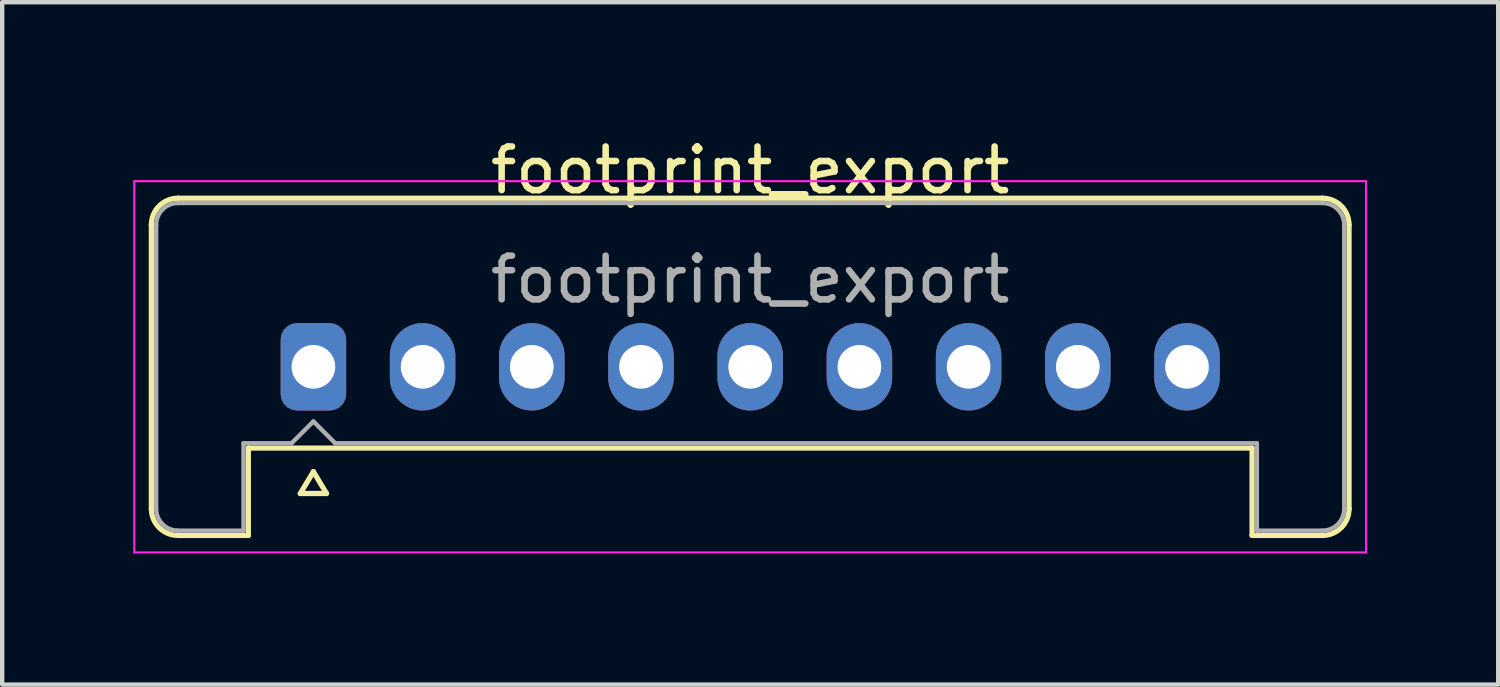
<source format=kicad_pcb>
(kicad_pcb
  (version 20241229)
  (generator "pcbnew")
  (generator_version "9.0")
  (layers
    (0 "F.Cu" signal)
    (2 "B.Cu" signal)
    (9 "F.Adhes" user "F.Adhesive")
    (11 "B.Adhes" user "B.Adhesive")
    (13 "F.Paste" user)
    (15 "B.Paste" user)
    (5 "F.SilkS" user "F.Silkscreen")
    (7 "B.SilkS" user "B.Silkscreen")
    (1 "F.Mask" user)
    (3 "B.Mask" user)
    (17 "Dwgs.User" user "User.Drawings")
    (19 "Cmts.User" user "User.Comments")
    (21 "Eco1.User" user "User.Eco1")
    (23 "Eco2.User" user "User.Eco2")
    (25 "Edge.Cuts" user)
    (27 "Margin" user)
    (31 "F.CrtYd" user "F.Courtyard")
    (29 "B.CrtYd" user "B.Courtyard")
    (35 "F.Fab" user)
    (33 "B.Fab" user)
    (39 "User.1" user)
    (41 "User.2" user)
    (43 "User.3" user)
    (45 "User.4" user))
  (footprint "footprint_export"
    (layer "F.Cu")
    (at 4.125 5.348)
    (property "Reference" "footprint_export" (at 10 -4.5 0) (layer "F.SilkS") (effects (font (size 1 1) (thickness 0.15))))
    (attr through_hole)
    (fp_line (start -3.71 -3.25) (end -3.71 3.25) (stroke (width 0.12) (type solid)) (layer "F.SilkS"))
    (fp_line (start -3.1 -3.86) (end 23.1 -3.86) (stroke (width 0.12) (type solid)) (layer "F.SilkS"))
    (fp_line (start -3.1 3.86) (end -1.49 3.86) (stroke (width 0.12) (type solid)) (layer "F.SilkS"))
    (fp_line (start -1.49 1.86) (end 21.49 1.86) (stroke (width 0.12) (type solid)) (layer "F.SilkS"))
    (fp_line (start -1.49 3.86) (end -1.49 1.86) (stroke (width 0.12) (type solid)) (layer "F.SilkS"))
    (fp_line (start -0.3 2.9) (end 0.3 2.9) (stroke (width 0.12) (type solid)) (layer "F.SilkS"))
    (fp_line (start 0 2.4) (end -0.3 2.9) (stroke (width 0.12) (type solid)) (layer "F.SilkS"))
    (fp_line (start 0.3 2.9) (end 0 2.4) (stroke (width 0.12) (type solid)) (layer "F.SilkS"))
    (fp_line (start 21.49 3.86) (end 21.49 1.86) (stroke (width 0.12) (type solid)) (layer "F.SilkS"))
    (fp_line (start 23.1 3.86) (end 21.49 3.86) (stroke (width 0.12) (type solid)) (layer "F.SilkS"))
    (fp_line (start 23.71 -3.25) (end 23.71 3.25) (stroke (width 0.12) (type solid)) (layer "F.SilkS"))
    (fp_arc (start -3.71 -3.25) (mid -3.531335 -3.681335) (end -3.1 -3.86) (stroke (width 0.12) (type solid)) (layer "F.SilkS"))
    (fp_arc (start -3.1 3.86) (mid -3.531335 3.681335) (end -3.71 3.25) (stroke (width 0.12) (type solid)) (layer "F.SilkS"))
    (fp_arc (start 23.1 -3.86) (mid 23.531335 -3.681335) (end 23.71 -3.25) (stroke (width 0.12) (type solid)) (layer "F.SilkS"))
    (fp_arc (start 23.71 3.25) (mid 23.531335 3.681335) (end 23.1 3.86) (stroke (width 0.12) (type solid)) (layer "F.SilkS"))
    (fp_line (start -4.1 -4.25) (end -4.1 4.25) (stroke (width 0.05) (type solid)) (layer "F.CrtYd"))
    (fp_line (start -4.1 4.25) (end 24.1 4.25) (stroke (width 0.05) (type solid)) (layer "F.CrtYd"))
    (fp_line (start 24.1 -4.25) (end -4.1 -4.25) (stroke (width 0.05) (type solid)) (layer "F.CrtYd"))
    (fp_line (start 24.1 4.25) (end 24.1 -4.25) (stroke (width 0.05) (type solid)) (layer "F.CrtYd"))
    (fp_line (start -3.6 -3.25) (end -3.6 3.25) (stroke (width 0.1) (type solid)) (layer "F.Fab"))
    (fp_line (start -3.1 -3.75) (end 23.1 -3.75) (stroke (width 0.1) (type solid)) (layer "F.Fab"))
    (fp_line (start -3.1 3.75) (end -1.6 3.75) (stroke (width 0.1) (type solid)) (layer "F.Fab"))
    (fp_line (start -1.6 1.75) (end -0.5 1.75) (stroke (width 0.1) (type solid)) (layer "F.Fab"))
    (fp_line (start -1.6 3.75) (end -1.6 1.75) (stroke (width 0.1) (type solid)) (layer "F.Fab"))
    (fp_line (start -0.5 1.75) (end 0 1.25) (stroke (width 0.1) (type solid)) (layer "F.Fab"))
    (fp_line (start 0 1.25) (end 0.5 1.75) (stroke (width 0.1) (type solid)) (layer "F.Fab"))
    (fp_line (start 0.5 1.75) (end 21.6 1.75) (stroke (width 0.1) (type solid)) (layer "F.Fab"))
    (fp_line (start 21.6 3.75) (end 21.6 1.75) (stroke (width 0.1) (type solid)) (layer "F.Fab"))
    (fp_line (start 23.1 3.75) (end 21.6 3.75) (stroke (width 0.1) (type solid)) (layer "F.Fab"))
    (fp_line (start 23.6 -3.25) (end 23.6 3.25) (stroke (width 0.1) (type solid)) (layer "F.Fab"))
    (fp_arc (start -3.6 -3.25) (mid -3.453553 -3.603553) (end -3.1 -3.75) (stroke (width 0.1) (type solid)) (layer "F.Fab"))
    (fp_arc (start -3.1 3.75) (mid -3.453553 3.603553) (end -3.6 3.25) (stroke (width 0.1) (type solid)) (layer "F.Fab"))
    (fp_arc (start 23.1 -3.75) (mid 23.453553 -3.603553) (end 23.6 -3.25) (stroke (width 0.1) (type solid)) (layer "F.Fab"))
    (fp_arc (start 23.6 3.25) (mid 23.453553 3.603553) (end 23.1 3.75) (stroke (width 0.1) (type solid)) (layer "F.Fab"))
    (fp_text user "${REFERENCE}" (at 10 -2 0) (layer "F.Fab") (effects (font (size 1 1) (thickness 0.15))))
    (pad "1" thru_hole roundrect (at 0 0) (size 1.5 2) (drill 1) (layers "*.Cu" "*.Mask") (roundrect_rratio 0.25))
    (pad "2" thru_hole oval (at 2.5 0) (size 1.5 2) (drill 1) (layers "*.Cu" "*.Mask"))
    (pad "3" thru_hole oval (at 5 0) (size 1.5 2) (drill 1) (layers "*.Cu" "*.Mask"))
    (pad "4" thru_hole oval (at 7.5 0) (size 1.5 2) (drill 1) (layers "*.Cu" "*.Mask"))
    (pad "5" thru_hole oval (at 10 0) (size 1.5 2) (drill 1) (layers "*.Cu" "*.Mask"))
    (pad "6" thru_hole oval (at 12.5 0) (size 1.5 2) (drill 1) (layers "*.Cu" "*.Mask"))
    (pad "7" thru_hole oval (at 15 0) (size 1.5 2) (drill 1) (layers "*.Cu" "*.Mask"))
    (pad "8" thru_hole oval (at 17.5 0) (size 1.5 2) (drill 1) (layers "*.Cu" "*.Mask"))
    (pad "9" thru_hole oval (at 20 0) (size 1.5 2) (drill 1) (layers "*.Cu" "*.Mask")))
  (gr_rect
    (start -3 -3)
    (end 31.25 12.623)
    (stroke (width 0.1) (type default))
    (fill no)
    (layer "Edge.Cuts")))
</source>
